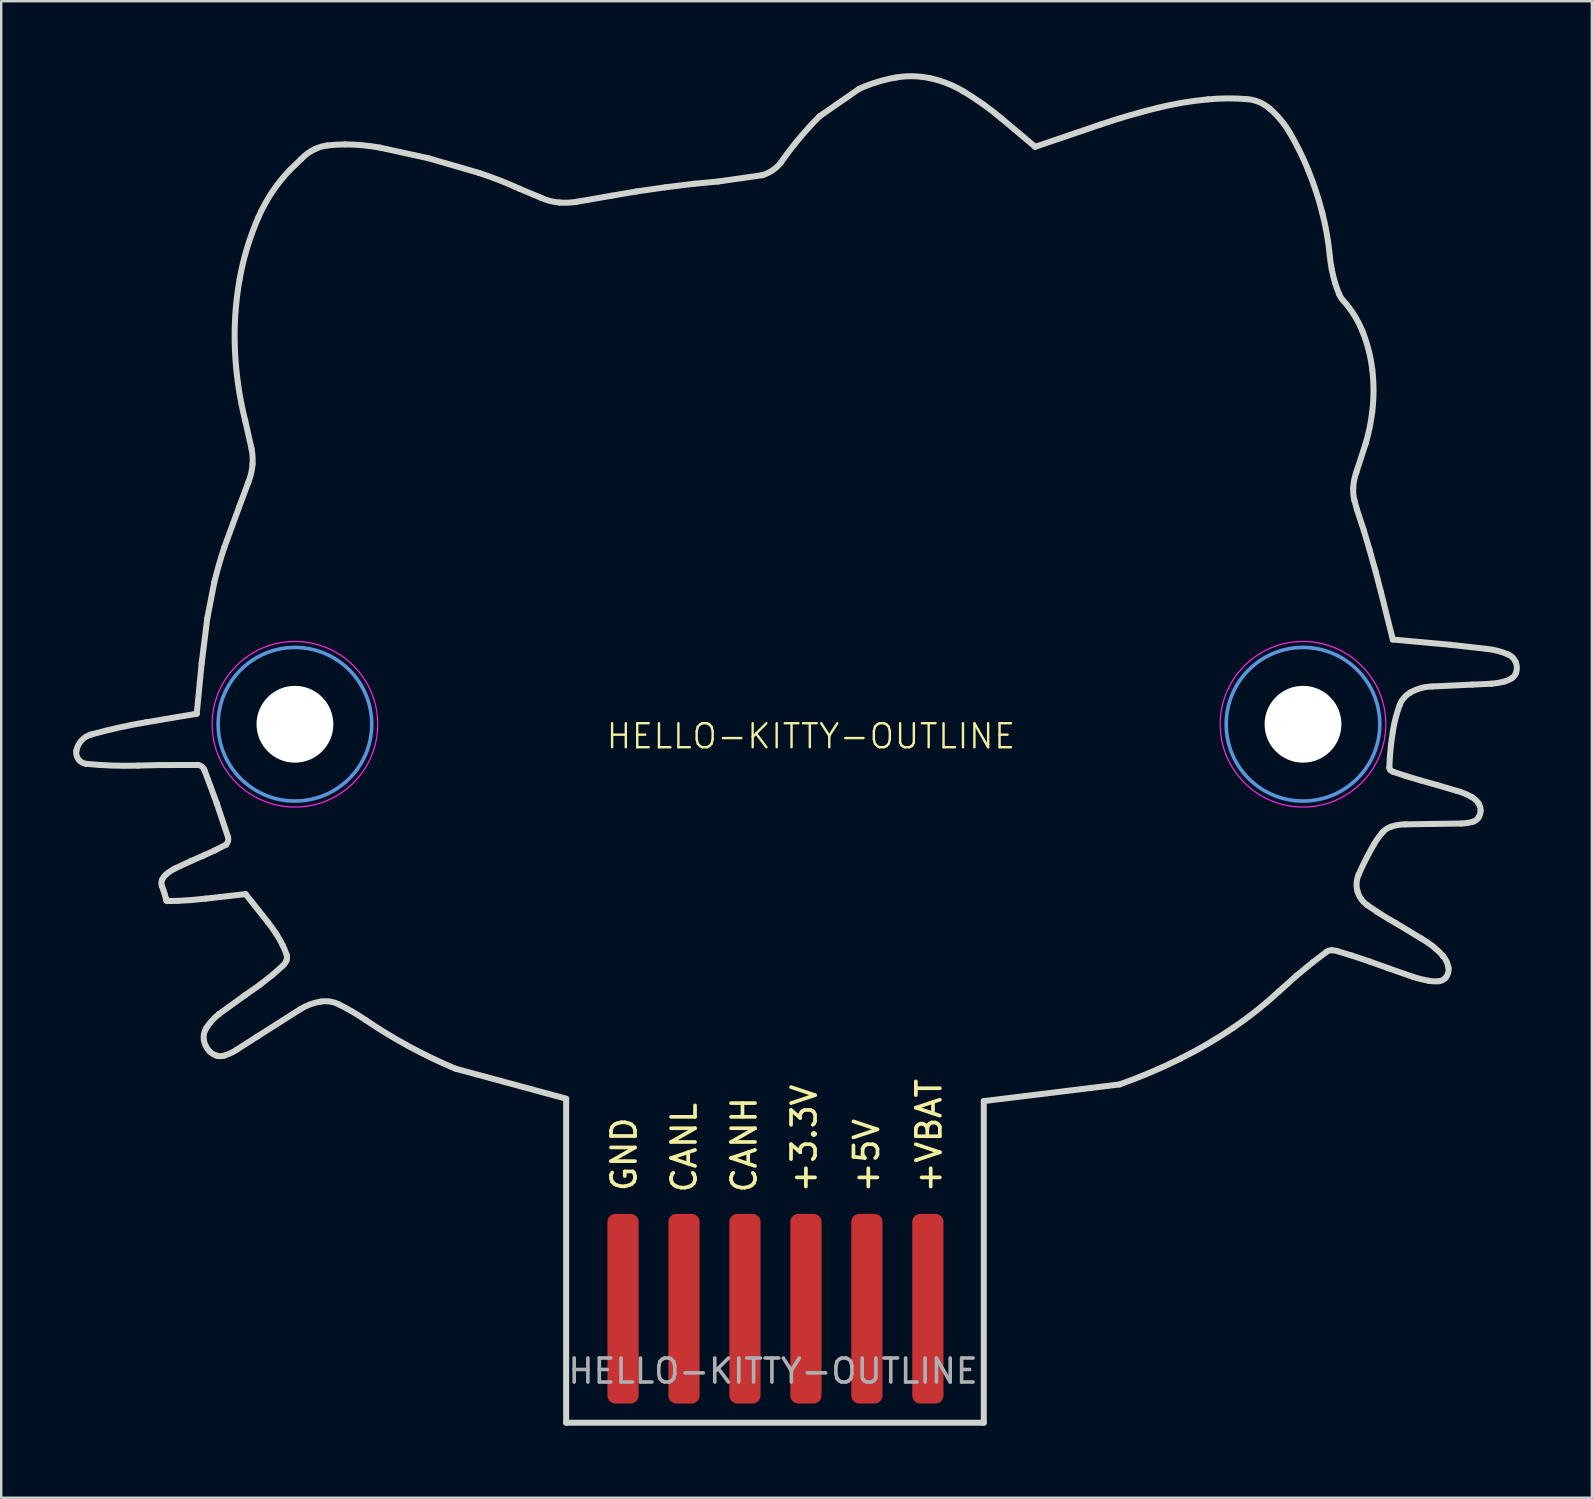
<source format=kicad_pcb>
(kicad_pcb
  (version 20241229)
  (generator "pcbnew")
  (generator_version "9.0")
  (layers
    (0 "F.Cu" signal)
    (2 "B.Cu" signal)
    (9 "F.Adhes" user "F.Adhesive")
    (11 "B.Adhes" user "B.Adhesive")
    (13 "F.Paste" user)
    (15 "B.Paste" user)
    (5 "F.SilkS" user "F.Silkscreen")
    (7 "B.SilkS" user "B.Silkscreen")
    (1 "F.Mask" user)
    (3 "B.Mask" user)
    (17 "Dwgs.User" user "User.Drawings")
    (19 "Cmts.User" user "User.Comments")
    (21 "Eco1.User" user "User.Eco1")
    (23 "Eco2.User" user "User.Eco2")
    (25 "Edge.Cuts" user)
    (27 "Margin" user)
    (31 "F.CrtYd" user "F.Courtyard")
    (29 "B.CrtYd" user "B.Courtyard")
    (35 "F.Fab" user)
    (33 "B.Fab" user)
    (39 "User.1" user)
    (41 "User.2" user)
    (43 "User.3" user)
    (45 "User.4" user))
  (footprint "HELLO-KITTY-OUTLINE"
    (layer "F.Cu")
    (at 30.738 28.125)
    (property "Reference" "HELLO-KITTY-OUTLINE" (at 0 -0.5 0) (unlocked yes) (layer "F.SilkS") (effects (font (size 1 1) (thickness 0.1))))
    (attr smd)
    (fp_circle (center -21.5 -1) (end -18.3 -1) (stroke (width 0.15) (type solid)) (fill no) (layer "Cmts.User"))
    (fp_circle (center 20.5 -1) (end 23.7 -1) (stroke (width 0.15) (type solid)) (fill no) (layer "Cmts.User"))
    (fp_line (start -28.047 0.723) (end -27.19 0.701) (stroke (width 0.25) (type default)) (layer "Edge.Cuts"))
    (fp_line (start -27.19 0.701) (end -25.54 0.696) (stroke (width 0.25) (type default)) (layer "Edge.Cuts"))
    (fp_line (start -27.043 5.739) (end -26.977 5.92) (stroke (width 0.25) (type default)) (layer "Edge.Cuts"))
    (fp_line (start -26.977 5.92) (end -26.922 6.094) (stroke (width 0.25) (type default)) (layer "Edge.Cuts"))
    (fp_line (start -26.922 6.094) (end -26.881 6.242) (stroke (width 0.25) (type default)) (layer "Edge.Cuts"))
    (fp_line (start -26.822 6.367) (end -26.384 6.358) (stroke (width 0.25) (type default)) (layer "Edge.Cuts"))
    (fp_line (start -26.384 6.358) (end -25.849 6.327) (stroke (width 0.25) (type default)) (layer "Edge.Cuts"))
    (fp_line (start -25.849 6.327) (end -25.213 6.265) (stroke (width 0.25) (type default)) (layer "Edge.Cuts"))
    (fp_line (start -25.839 4.702) (end -26.495 5.008) (stroke (width 0.25) (type default)) (layer "Edge.Cuts"))
    (fp_line (start -25.591 -1.437) (end -27.694 -1.083) (stroke (width 0.25) (type default)) (layer "Edge.Cuts"))
    (fp_line (start -25.385 -3.553) (end -25.591 -1.437) (stroke (width 0.25) (type default)) (layer "Edge.Cuts"))
    (fp_line (start -25.306 4.469) (end -25.839 4.702) (stroke (width 0.25) (type default)) (layer "Edge.Cuts"))
    (fp_line (start -25.271 0.906) (end -24.759 2.288) (stroke (width 0.25) (type default)) (layer "Edge.Cuts"))
    (fp_line (start -25.213 6.265) (end -23.554 6.077) (stroke (width 0.25) (type default)) (layer "Edge.Cuts"))
    (fp_line (start -25.151 -5.419) (end -25.385 -3.553) (stroke (width 0.25) (type default)) (layer "Edge.Cuts"))
    (fp_line (start -24.86 -6.912) (end -25.151 -5.419) (stroke (width 0.25) (type default)) (layer "Edge.Cuts"))
    (fp_line (start -24.841 4.258) (end -25.306 4.469) (stroke (width 0.25) (type default)) (layer "Edge.Cuts"))
    (fp_line (start -24.759 2.288) (end -24.291 3.692) (stroke (width 0.25) (type default)) (layer "Edge.Cuts"))
    (fp_line (start -24.371 4.018) (end -24.841 4.258) (stroke (width 0.25) (type default)) (layer "Edge.Cuts"))
    (fp_line (start -23.926 12.559) (end -23.094 12.027) (stroke (width 0.25) (type default)) (layer "Edge.Cuts"))
    (fp_line (start -23.834 -10.03) (end -24.441 -8.374) (stroke (width 0.25) (type default)) (layer "Edge.Cuts"))
    (fp_line (start -23.57 -13.645) (end -23.307 -12.477) (stroke (width 0.25) (type default)) (layer "Edge.Cuts"))
    (fp_line (start -23.565 10.28) (end -24.661 11.071) (stroke (width 0.25) (type default)) (layer "Edge.Cuts"))
    (fp_line (start -23.554 6.077) (end -22.624 7.252) (stroke (width 0.25) (type default)) (layer "Edge.Cuts"))
    (fp_line (start -23.439 -11.089) (end -23.834 -10.03) (stroke (width 0.25) (type default)) (layer "Edge.Cuts"))
    (fp_line (start -23.094 12.027) (end -21.261 10.862) (stroke (width 0.25) (type default)) (layer "Edge.Cuts"))
    (fp_line (start -22.957 9.854) (end -23.565 10.28) (stroke (width 0.25) (type default)) (layer "Edge.Cuts"))
    (fp_line (start -22.419 9.429) (end -22.957 9.854) (stroke (width 0.25) (type default)) (layer "Edge.Cuts"))
    (fp_line (start -22.018 9.072) (end -22.419 9.429) (stroke (width 0.25) (type default)) (layer "Edge.Cuts"))
    (fp_line (start -21.235 -24.552) (end -21.723 -24.08) (stroke (width 0.25) (type default)) (layer "Edge.Cuts"))
    (fp_line (start -15.927 -24.579) (end -17.959 -25.024) (stroke (width 0.25) (type default)) (layer "Edge.Cuts"))
    (fp_line (start -14.813 13.35) (end -10.2 14.6) (stroke (width 0.25) (type default)) (layer "Edge.Cuts"))
    (fp_line (start -13.836 -23.972) (end -15.927 -24.579) (stroke (width 0.25) (type default)) (layer "Edge.Cuts"))
    (fp_line (start -11.244 -22.934) (end -12.131 -23.305) (stroke (width 0.25) (type default)) (layer "Edge.Cuts"))
    (fp_line (start -10.2 14.6) (end -10.2 28.101) (stroke (width 0.25) (type default)) (layer "Edge.Cuts"))
    (fp_line (start -10.2 28.101) (end 7.2 28.1) (stroke (width 0.25) (type default)) (layer "Edge.Cuts"))
    (fp_line (start -8.308 -23.02) (end -9.773 -22.766) (stroke (width 0.25) (type default)) (layer "Edge.Cuts"))
    (fp_line (start -7.284 -23.196) (end -8.308 -23.02) (stroke (width 0.25) (type default)) (layer "Edge.Cuts"))
    (fp_line (start -6.071 -23.371) (end -7.284 -23.196) (stroke (width 0.25) (type default)) (layer "Edge.Cuts"))
    (fp_line (start -4.865 -23.519) (end -6.071 -23.371) (stroke (width 0.25) (type default)) (layer "Edge.Cuts"))
    (fp_line (start -3.868 -23.612) (end -4.865 -23.519) (stroke (width 0.25) (type default)) (layer "Edge.Cuts"))
    (fp_line (start -3.868 -23.612) (end -2.028 -23.876) (stroke (width 0.25) (type default)) (layer "Edge.Cuts"))
    (fp_line (start 0.352 -26.327) (end 2.006 -27.473) (stroke (width 0.25) (type default)) (layer "Edge.Cuts"))
    (fp_line (start 7.2 14.7) (end 7.2 28.1) (stroke (width 0.25) (type default)) (layer "Edge.Cuts"))
    (fp_line (start 9.34 -25.059) (end 7.941 -26.236) (stroke (width 0.25) (type default)) (layer "Edge.Cuts"))
    (fp_line (start 12.055 -25.983) (end 9.34 -25.059) (stroke (width 0.25) (type default)) (layer "Edge.Cuts"))
    (fp_line (start 12.858 14.006) (end 7.2 14.7) (stroke (width 0.25) (type default)) (layer "Edge.Cuts"))
    (fp_line (start 19.501 10.128) (end 20.233 9.472) (stroke (width 0.25) (type default)) (layer "Edge.Cuts"))
    (fp_line (start 20.233 9.472) (end 20.905 8.919) (stroke (width 0.25) (type default)) (layer "Edge.Cuts"))
    (fp_line (start 20.905 8.919) (end 21.479 8.484) (stroke (width 0.25) (type default)) (layer "Edge.Cuts"))
    (fp_line (start 21.926 8.452) (end 22.528 8.636) (stroke (width 0.25) (type default)) (layer "Edge.Cuts"))
    (fp_line (start 22.528 8.636) (end 23.259 8.879) (stroke (width 0.25) (type default)) (layer "Edge.Cuts"))
    (fp_line (start 22.723 -11.504) (end 23.112 -12.699) (stroke (width 0.25) (type default)) (layer "Edge.Cuts"))
    (fp_line (start 23.033 -9.078) (end 22.748 -9.943) (stroke (width 0.25) (type default)) (layer "Edge.Cuts"))
    (fp_line (start 23.259 8.879) (end 24.06 9.167) (stroke (width 0.25) (type default)) (layer "Edge.Cuts"))
    (fp_line (start 23.275 -8.263) (end 23.033 -9.078) (stroke (width 0.25) (type default)) (layer "Edge.Cuts"))
    (fp_line (start 23.524 -7.368) (end 23.275 -8.263) (stroke (width 0.25) (type default)) (layer "Edge.Cuts"))
    (fp_line (start 23.586 6.814) (end 23.177 6.536) (stroke (width 0.25) (type default)) (layer "Edge.Cuts"))
    (fp_line (start 23.744 -6.522) (end 23.524 -7.368) (stroke (width 0.25) (type default)) (layer "Edge.Cuts"))
    (fp_line (start 24.06 9.167) (end 25.076 9.522) (stroke (width 0.25) (type default)) (layer "Edge.Cuts"))
    (fp_line (start 24.098 0.795) (end 24.117 0.376) (stroke (width 0.25) (type default)) (layer "Edge.Cuts"))
    (fp_line (start 24.117 0.376) (end 24.165 -0.14) (stroke (width 0.25) (type default)) (layer "Edge.Cuts"))
    (fp_line (start 24.165 -0.14) (end 24.247 -0.725) (stroke (width 0.25) (type default)) (layer "Edge.Cuts"))
    (fp_line (start 24.241 -4.53) (end 23.744 -6.522) (stroke (width 0.25) (type default)) (layer "Edge.Cuts"))
    (fp_line (start 24.753 3.172) (end 25.925 3.152) (stroke (width 0.25) (type default)) (layer "Edge.Cuts"))
    (fp_line (start 24.768 1.149) (end 24.252 0.98) (stroke (width 0.25) (type default)) (layer "Edge.Cuts"))
    (fp_line (start 25.383 1.336) (end 24.768 1.149) (stroke (width 0.25) (type default)) (layer "Edge.Cuts"))
    (fp_line (start 25.42 7.922) (end 24.372 7.289) (stroke (width 0.25) (type default)) (layer "Edge.Cuts"))
    (fp_line (start 25.881 -2.573) (end 27.553 -2.652) (stroke (width 0.25) (type default)) (layer "Edge.Cuts"))
    (fp_line (start 25.925 3.152) (end 27.088 3.137) (stroke (width 0.25) (type default)) (layer "Edge.Cuts"))
    (fp_line (start 26.087 1.533) (end 25.383 1.336) (stroke (width 0.25) (type default)) (layer "Edge.Cuts"))
    (fp_line (start 26.63 -4.312) (end 24.241 -4.53) (stroke (width 0.25) (type default)) (layer "Edge.Cuts"))
    (fp_line (start 26.913 1.777) (end 26.087 1.533) (stroke (width 0.25) (type default)) (layer "Edge.Cuts"))
    (fp_line (start 27.553 -2.652) (end 28.349 -2.688) (stroke (width 0.25) (type default)) (layer "Edge.Cuts"))
    (fp_line (start 28.127 -4.143) (end 26.63 -4.312) (stroke (width 0.25) (type default)) (layer "Edge.Cuts"))
    (fp_arc (start -30.604343 0.093803) (mid -30.390997 -0.326945) (end -29.988346 -0.572743) (stroke (width 0.25) (type default)) (layer "Edge.Cuts"))
    (fp_arc (start -30.190135 0.65016) (mid -30.520244 0.463559) (end -30.604343 0.093803) (stroke (width 0.25) (type default)) (layer "Edge.Cuts"))
    (fp_arc (start -29.988346 -0.572743) (mid -28.847969 -0.858102) (end -27.694228 -1.083422) (stroke (width 0.25) (type default)) (layer "Edge.Cuts"))
    (fp_arc (start -28.046533 0.723104) (mid -29.119506 0.721083) (end -30.190135 0.65016) (stroke (width 0.25) (type default)) (layer "Edge.Cuts"))
    (fp_arc (start -27.042804 5.738686) (mid -27.064781 5.616567) (end -27.04012 5.494961) (stroke (width 0.25) (type default)) (layer "Edge.Cuts"))
    (fp_arc (start -27.04012 5.494961) (mid -26.96928 5.367218) (end -26.870588 5.259531) (stroke (width 0.25) (type default)) (layer "Edge.Cuts"))
    (fp_arc (start -26.880738 6.242234) (mid -26.873517 6.280453) (end -26.871094 6.319273) (stroke (width 0.25) (type default)) (layer "Edge.Cuts"))
    (fp_arc (start -26.870588 5.259531) (mid -26.690244 5.122227) (end -26.49462 5.007738) (stroke (width 0.25) (type default)) (layer "Edge.Cuts"))
    (fp_arc (start -26.822194 6.367144) (mid -26.856691 6.353471) (end -26.871094 6.319273) (stroke (width 0.25) (type default)) (layer "Edge.Cuts"))
    (fp_arc (start -25.539799 0.695542) (mid -25.375408 0.762942) (end -25.270684 0.906469) (stroke (width 0.25) (type default)) (layer "Edge.Cuts"))
    (fp_arc (start -25.294881 12.155831) (mid -25.288689 11.897237) (end -25.191864 11.657375) (stroke (width 0.25) (type default)) (layer "Edge.Cuts"))
    (fp_arc (start -25.191864 11.657375) (mid -24.951735 11.341136) (end -24.661088 11.070593) (stroke (width 0.25) (type default)) (layer "Edge.Cuts"))
    (fp_arc (start -25.052166 12.632846) (mid -25.211366 12.413594) (end -25.294881 12.155831) (stroke (width 0.25) (type default)) (layer "Edge.Cuts"))
    (fp_arc (start -24.859658 -6.9119) (mid -24.666004 -7.647317) (end -24.440782 -8.373688) (stroke (width 0.25) (type default)) (layer "Edge.Cuts"))
    (fp_arc (start -24.761376 12.806179) (mid -24.917564 12.73762) (end -25.052166 12.632846) (stroke (width 0.25) (type default)) (layer "Edge.Cuts"))
    (fp_arc (start -24.443333 12.80454) (mid -24.602233 12.828977) (end -24.761376 12.806179) (stroke (width 0.25) (type default)) (layer "Edge.Cuts"))
    (fp_arc (start -24.290619 3.691696) (mid -24.284854 3.866223) (end -24.37051 4.018393) (stroke (width 0.25) (type default)) (layer "Edge.Cuts"))
    (fp_arc (start -24.000986 -16.608196) (mid -23.983591 -18.073399) (end -23.807037 -19.528029) (stroke (width 0.25) (type default)) (layer "Edge.Cuts"))
    (fp_arc (start -23.925962 12.559112) (mid -24.175859 12.700353) (end -24.443333 12.80454) (stroke (width 0.25) (type default)) (layer "Edge.Cuts"))
    (fp_arc (start -23.807037 -19.528029) (mid -23.493293 -20.843193) (end -23.02705 -22.11233) (stroke (width 0.25) (type default)) (layer "Edge.Cuts"))
    (fp_arc (start -23.570294 -13.645179) (mid -23.861083 -15.115721) (end -24.000986 -16.608196) (stroke (width 0.25) (type default)) (layer "Edge.Cuts"))
    (fp_arc (start -23.307256 -12.477049) (mid -23.265514 -12.156466) (end -23.267261 -11.833181) (stroke (width 0.25) (type default)) (layer "Edge.Cuts"))
    (fp_arc (start -23.267261 -11.833181) (mid -23.32436 -11.454431) (end -23.438688 -11.088862) (stroke (width 0.25) (type default)) (layer "Edge.Cuts"))
    (fp_arc (start -23.02705 -22.11233) (mid -22.460888 -23.153322) (end -21.72285 -24.080417) (stroke (width 0.25) (type default)) (layer "Edge.Cuts"))
    (fp_arc (start -22.623581 7.252035) (mid -22.445576 7.487913) (end -22.278795 7.731856) (stroke (width 0.25) (type default)) (layer "Edge.Cuts"))
    (fp_arc (start -22.278795 7.731856) (mid -22.138494 7.96288) (end -22.012553 8.202036) (stroke (width 0.25) (type default)) (layer "Edge.Cuts"))
    (fp_arc (start -22.012553 8.202036) (mid -21.922844 8.401412) (end -21.845813 8.606021) (stroke (width 0.25) (type default)) (layer "Edge.Cuts"))
    (fp_arc (start -21.850154 8.836281) (mid -21.919192 8.965021) (end -22.01815 9.07248) (stroke (width 0.25) (type default)) (layer "Edge.Cuts"))
    (fp_arc (start -21.845813 8.606021) (mid -21.827771 8.721532) (end -21.850154 8.836281) (stroke (width 0.25) (type default)) (layer "Edge.Cuts"))
    (fp_arc (start -21.26132 10.861651) (mid -20.854477 10.665954) (end -20.41719 10.553713) (stroke (width 0.25) (type default)) (layer "Edge.Cuts"))
    (fp_arc (start -21.234558 -24.552312) (mid -20.964356 -24.788279) (end -20.655038 -24.969972) (stroke (width 0.25) (type default)) (layer "Edge.Cuts"))
    (fp_arc (start -20.655038 -24.969972) (mid -20.409499 -25.061926) (end -20.15251 -25.113899) (stroke (width 0.25) (type default)) (layer "Edge.Cuts"))
    (fp_arc (start -20.41719 10.553713) (mid -20.037482 10.553972) (end -19.675577 10.668877) (stroke (width 0.25) (type default)) (layer "Edge.Cuts"))
    (fp_arc (start -20.152511 -25.113904) (mid -19.787318 -25.146902) (end -19.420803 -25.157911) (stroke (width 0.25) (type default)) (layer "Edge.Cuts"))
    (fp_arc (start -19.675577 10.668877) (mid -19.100312 10.979156) (end -18.54738 11.32768) (stroke (width 0.25) (type default)) (layer "Edge.Cuts"))
    (fp_arc (start -19.420803 -25.157911) (mid -18.686724 -25.124429) (end -17.95874 -25.024266) (stroke (width 0.25) (type default)) (layer "Edge.Cuts"))
    (fp_arc (start -14.812934 13.350275) (mid -16.730719 12.432334) (end -18.54738 11.32768) (stroke (width 0.25) (type default)) (layer "Edge.Cuts"))
    (fp_arc (start -13.835912 -23.972108) (mid -12.974244 -23.662821) (end -12.131408 -23.305391) (stroke (width 0.25) (type default)) (layer "Edge.Cuts"))
    (fp_arc (start -10.481076 -22.737107) (mid -10.87144 -22.801374) (end -11.244339 -22.933514) (stroke (width 0.25) (type default)) (layer "Edge.Cuts"))
    (fp_arc (start -9.772786 -22.766034) (mid -10.126096 -22.731137) (end -10.481076 -22.737107) (stroke (width 0.25) (type default)) (layer "Edge.Cuts"))
    (fp_arc (start -1.264029 -24.388559) (mid -1.607067 -24.074424) (end -2.027846 -23.876181) (stroke (width 0.25) (type default)) (layer "Edge.Cuts"))
    (fp_arc (start -1.264028 -24.388558) (mid -0.498179 -25.393103) (end 0.35239 -26.327002) (stroke (width 0.25) (type default)) (layer "Edge.Cuts"))
    (fp_arc (start 2.005545 -27.472511) (mid 2.756703 -27.757606) (end 3.537985 -27.944996) (stroke (width 0.25) (type default)) (layer "Edge.Cuts"))
    (fp_arc (start 3.537985 -27.944996) (mid 4.239088 -27.999249) (end 4.9379 -27.920816) (stroke (width 0.25) (type default)) (layer "Edge.Cuts"))
    (fp_arc (start 4.9379 -27.920816) (mid 5.66932 -27.702856) (end 6.354449 -27.366581) (stroke (width 0.25) (type default)) (layer "Edge.Cuts"))
    (fp_arc (start 6.354449 -27.366581) (mid 7.170063 -26.833025) (end 7.94079 -26.236462) (stroke (width 0.25) (type default)) (layer "Edge.Cuts"))
    (fp_arc (start 12.055103 -25.983029) (mid 13.250265 -26.360463) (end 14.460863 -26.684994) (stroke (width 0.25) (type default)) (layer "Edge.Cuts"))
    (fp_arc (start 14.460863 -26.684994) (mid 15.494475 -26.898053) (end 16.540912 -27.03487) (stroke (width 0.25) (type default)) (layer "Edge.Cuts"))
    (fp_arc (start 15.38862 12.932876) (mid 14.139717 13.50814) (end 12.857895 14.005756) (stroke (width 0.25) (type default)) (layer "Edge.Cuts"))
    (fp_arc (start 16.540912 -27.03487) (mid 17.357347 -27.075177) (end 18.174162 -27.043498) (stroke (width 0.25) (type default)) (layer "Edge.Cuts"))
    (fp_arc (start 17.593994 11.644323) (mid 16.512726 12.325258) (end 15.38862 12.932876) (stroke (width 0.25) (type default)) (layer "Edge.Cuts"))
    (fp_arc (start 18.174162 -27.043498) (mid 18.678204 -26.91944) (end 19.118454 -26.644438) (stroke (width 0.25) (type default)) (layer "Edge.Cuts"))
    (fp_arc (start 19.118454 -26.644438) (mid 19.575406 -26.176016) (end 19.950889 -25.640071) (stroke (width 0.25) (type default)) (layer "Edge.Cuts"))
    (fp_arc (start 19.500992 10.12801) (mid 18.576512 10.922662) (end 17.593994 11.644323) (stroke (width 0.25) (type default)) (layer "Edge.Cuts"))
    (fp_arc (start 19.950889 -25.640071) (mid 20.360779 -24.879468) (end 20.715012 -24.091404) (stroke (width 0.25) (type default)) (layer "Edge.Cuts"))
    (fp_arc (start 20.715012 -24.091404) (mid 21.04148 -23.20316) (end 21.306305 -22.29463) (stroke (width 0.25) (type default)) (layer "Edge.Cuts"))
    (fp_arc (start 21.306305 -22.29463) (mid 21.496449 -21.405487) (end 21.617361 -20.504315) (stroke (width 0.25) (type default)) (layer "Edge.Cuts"))
    (fp_arc (start 21.479344 8.484419) (mid 21.579104 8.433371) (end 21.689779 8.415796) (stroke (width 0.25) (type default)) (layer "Edge.Cuts"))
    (fp_arc (start 21.689779 8.415796) (mid 21.809388 8.424926) (end 21.926222 8.452126) (stroke (width 0.25) (type default)) (layer "Edge.Cuts"))
    (fp_arc (start 21.699459 -19.940323) (mid 21.651381 -20.221296) (end 21.617361 -20.504315) (stroke (width 0.25) (type default)) (layer "Edge.Cuts"))
    (fp_arc (start 21.83719 -19.388092) (mid 21.761416 -19.662484) (end 21.699459 -19.940323) (stroke (width 0.25) (type default)) (layer "Edge.Cuts"))
    (fp_arc (start 22.005776 -18.920556) (mid 21.915449 -19.152148) (end 21.83719 -19.388092) (stroke (width 0.25) (type default)) (layer "Edge.Cuts"))
    (fp_arc (start 22.181405 -18.644503) (mid 22.081902 -18.775094) (end 22.005776 -18.920556) (stroke (width 0.25) (type default)) (layer "Edge.Cuts"))
    (fp_arc (start 22.181405 -18.644503) (mid 22.634231 -18.045651) (end 22.975049 -17.376683) (stroke (width 0.25) (type default)) (layer "Edge.Cuts"))
    (fp_arc (start 22.591882 -10.836253) (mid 22.632206 -11.175288) (end 22.723212 -11.50436) (stroke (width 0.25) (type default)) (layer "Edge.Cuts"))
    (fp_arc (start 22.640871 -10.335795) (mid 22.598806 -10.584304) (end 22.591882 -10.836253) (stroke (width 0.25) (type default)) (layer "Edge.Cuts"))
    (fp_arc (start 22.748404 -9.942705) (mid 22.69177 -10.138466) (end 22.640871 -10.335795) (stroke (width 0.25) (type default)) (layer "Edge.Cuts"))
    (fp_arc (start 22.769871 5.957566) (mid 22.734045 5.601565) (end 22.820293 5.254316) (stroke (width 0.25) (type default)) (layer "Edge.Cuts"))
    (fp_arc (start 22.820293 5.254316) (mid 23.120673 4.621197) (end 23.455667 4.005691) (stroke (width 0.25) (type default)) (layer "Edge.Cuts"))
    (fp_arc (start 22.975049 -17.376683) (mid 23.233263 -16.590033) (end 23.385872 -15.776275) (stroke (width 0.25) (type default)) (layer "Edge.Cuts"))
    (fp_arc (start 23.17703 6.536272) (mid 22.923636 6.281967) (end 22.769871 5.957566) (stroke (width 0.25) (type default)) (layer "Edge.Cuts"))
    (fp_arc (start 23.381472 -13.998949) (mid 23.272792 -13.343617) (end 23.11223 -12.69903) (stroke (width 0.25) (type default)) (layer "Edge.Cuts"))
    (fp_arc (start 23.385872 -15.776275) (mid 23.437933 -14.887478) (end 23.381472 -13.998949) (stroke (width 0.25) (type default)) (layer "Edge.Cuts"))
    (fp_arc (start 23.455667 4.005691) (mid 23.621229 3.748839) (end 23.809891 3.508442) (stroke (width 0.25) (type default)) (layer "Edge.Cuts"))
    (fp_arc (start 23.809891 3.508442) (mid 23.96868 3.36707) (end 24.158775 3.27187) (stroke (width 0.25) (type default)) (layer "Edge.Cuts"))
    (fp_arc (start 24.141117 0.91112) (mid 24.106811 0.857764) (end 24.097674 0.794985) (stroke (width 0.25) (type default)) (layer "Edge.Cuts"))
    (fp_arc (start 24.158775 3.27187) (mid 24.451904 3.197145) (end 24.753356 3.171945) (stroke (width 0.25) (type default)) (layer "Edge.Cuts"))
    (fp_arc (start 24.247335 -0.725246) (mid 24.359959 -1.264042) (end 24.523928 -1.789494) (stroke (width 0.25) (type default)) (layer "Edge.Cuts"))
    (fp_arc (start 24.252126 0.979899) (mid 24.192633 0.951945) (end 24.141117 0.91112) (stroke (width 0.25) (type default)) (layer "Edge.Cuts"))
    (fp_arc (start 24.371961 7.289329) (mid 23.974633 7.058841) (end 23.585694 6.814462) (stroke (width 0.25) (type default)) (layer "Edge.Cuts"))
    (fp_arc (start 24.523928 -1.789494) (mid 24.698751 -2.092181) (end 24.965897 -2.317601) (stroke (width 0.25) (type default)) (layer "Edge.Cuts"))
    (fp_arc (start 24.965897 -2.317601) (mid 25.406963 -2.504137) (end 25.880851 -2.573158) (stroke (width 0.25) (type default)) (layer "Edge.Cuts"))
    (fp_arc (start 25.420008 7.922299) (mid 25.905711 8.248752) (end 26.330147 8.651657) (stroke (width 0.25) (type default)) (layer "Edge.Cuts"))
    (fp_arc (start 25.722025 9.685211) (mid 25.396094 9.615221) (end 25.075971 9.522212) (stroke (width 0.25) (type default)) (layer "Edge.Cuts"))
    (fp_arc (start 26.150784 9.707286) (mid 25.935716 9.70961) (end 25.722025 9.685211) (stroke (width 0.25) (type default)) (layer "Edge.Cuts"))
    (fp_arc (start 26.330144 8.651659) (mid 26.482667 8.883761) (end 26.56184 9.149969) (stroke (width 0.25) (type default)) (layer "Edge.Cuts"))
    (fp_arc (start 26.416899 9.585496) (mid 26.294809 9.670359) (end 26.150784 9.707286) (stroke (width 0.25) (type default)) (layer "Edge.Cuts"))
    (fp_arc (start 26.56184 9.149969) (mid 26.540845 9.384866) (end 26.416899 9.585496) (stroke (width 0.25) (type default)) (layer "Edge.Cuts"))
    (fp_arc (start 26.912975 1.776772) (mid 27.234342 1.886606) (end 27.538525 2.037643) (stroke (width 0.25) (type default)) (layer "Edge.Cuts"))
    (fp_arc (start 27.538525 2.037643) (mid 27.684505 2.145329) (end 27.803737 2.28204) (stroke (width 0.25) (type default)) (layer "Edge.Cuts"))
    (fp_arc (start 27.57981 3.060641) (mid 27.336267 3.11403) (end 27.087955 3.136505) (stroke (width 0.25) (type default)) (layer "Edge.Cuts"))
    (fp_arc (start 27.803737 2.28204) (mid 27.875047 2.427355) (end 27.899574 2.587357) (stroke (width 0.25) (type default)) (layer "Edge.Cuts"))
    (fp_arc (start 27.811056 2.888793) (mid 27.711093 2.995787) (end 27.57981 3.060641) (stroke (width 0.25) (type default)) (layer "Edge.Cuts"))
    (fp_arc (start 27.899574 2.587357) (mid 27.876997 2.744443) (end 27.811056 2.888793) (stroke (width 0.25) (type default)) (layer "Edge.Cuts"))
    (fp_arc (start 28.126967 -4.142992) (mid 28.595603 -4.062357) (end 29.04561 -3.908683) (stroke (width 0.25) (type default)) (layer "Edge.Cuts"))
    (fp_arc (start 28.868263 -2.773956) (mid 28.610845 -2.719155) (end 28.349498 -2.688094) (stroke (width 0.25) (type default)) (layer "Edge.Cuts"))
    (fp_arc (start 29.04561 -3.908683) (mid 29.23633 -3.777727) (end 29.363631 -3.584549) (stroke (width 0.25) (type default)) (layer "Edge.Cuts"))
    (fp_arc (start 29.195495 -2.91554) (mid 29.037299 -2.832223) (end 28.868263 -2.773956) (stroke (width 0.25) (type default)) (layer "Edge.Cuts"))
    (fp_arc (start 29.363631 -3.584549) (mid 29.410039 -3.356032) (end 29.368898 -3.126508) (stroke (width 0.25) (type default)) (layer "Edge.Cuts"))
    (fp_arc (start 29.368898 -3.126508) (mid 29.299314 -3.006955) (end 29.195495 -2.91554) (stroke (width 0.25) (type default)) (layer "Edge.Cuts"))
    (fp_circle (center -21.5 -1) (end -18.05 -1) (stroke (width 0.05) (type solid)) (fill no) (layer "F.CrtYd"))
    (fp_circle (center 20.5 -1) (end 23.95 -1) (stroke (width 0.05) (type solid)) (fill no) (layer "F.CrtYd"))
    (fp_text user "+3.3V" (at 0.3 18.6 90) (unlocked yes) (layer "F.SilkS") (effects (font (size 1 1) (thickness 0.154)) (justify left bottom)))
    (fp_text user "+VBAT" (at 5.5 18.6 90) (unlocked yes) (layer "F.SilkS") (effects (font (size 1 1) (thickness 0.154)) (justify left bottom)))
    (fp_text user "CANL" (at -4.7 18.6 90) (unlocked yes) (layer "F.SilkS") (effects (font (size 1 1) (thickness 0.154)) (justify left bottom)))
    (fp_text user "GND" (at -7.2 18.542 90) (unlocked yes) (layer "F.SilkS") (effects (font (size 1 1) (thickness 0.154)) (justify left bottom)))
    (fp_text user "+5V" (at 2.9 18.6 90) (unlocked yes) (layer "F.SilkS") (effects (font (size 1 1) (thickness 0.154)) (justify left bottom)))
    (fp_text user "CANH" (at -2.2 18.6 90) (unlocked yes) (layer "F.SilkS") (effects (font (size 1 1) (thickness 0.154)) (justify left bottom)))
    (fp_text user "${REFERENCE}" (at -1.58 25.95 0) (unlocked yes) (layer "F.Fab") (effects (font (size 1 1) (thickness 0.15))))
    (pad "" np_thru_hole circle (at -21.5 -1) (size 3.2 3.2) (drill 3.2) (layers "*.Cu" "*.Mask"))
    (pad "" np_thru_hole circle (at 20.5 -1) (size 3.2 3.2) (drill 3.2) (layers "*.Cu" "*.Mask"))
    (pad "1" smd roundrect (at -7.83 23.35 180) (size 1.3 7.9) (layers "F.Cu" "F.Mask" "F.Paste") (roundrect_rratio 0.25))
    (pad "2" smd roundrect (at -5.29 23.35 180) (size 1.3 7.9) (layers "F.Cu" "F.Mask" "F.Paste") (roundrect_rratio 0.25))
    (pad "3" smd roundrect (at -2.75 23.35 180) (size 1.3 7.9) (layers "F.Cu" "F.Mask" "F.Paste") (roundrect_rratio 0.25))
    (pad "4" smd roundrect (at -0.21 23.35 180) (size 1.3 7.9) (layers "F.Cu" "F.Mask" "F.Paste") (roundrect_rratio 0.25))
    (pad "5" smd roundrect (at 2.33 23.35 180) (size 1.3 7.9) (layers "F.Cu" "F.Mask" "F.Paste") (roundrect_rratio 0.25))
    (pad "6" smd roundrect (at 4.87 23.35 180) (size 1.3 7.9) (layers "F.Cu" "F.Mask" "F.Paste") (roundrect_rratio 0.25)))
  (gr_rect
    (start -3 -3)
    (end 63.273 59.351)
    (stroke (width 0.1) (type default))
    (fill no)
    (layer "Edge.Cuts")))
</source>
